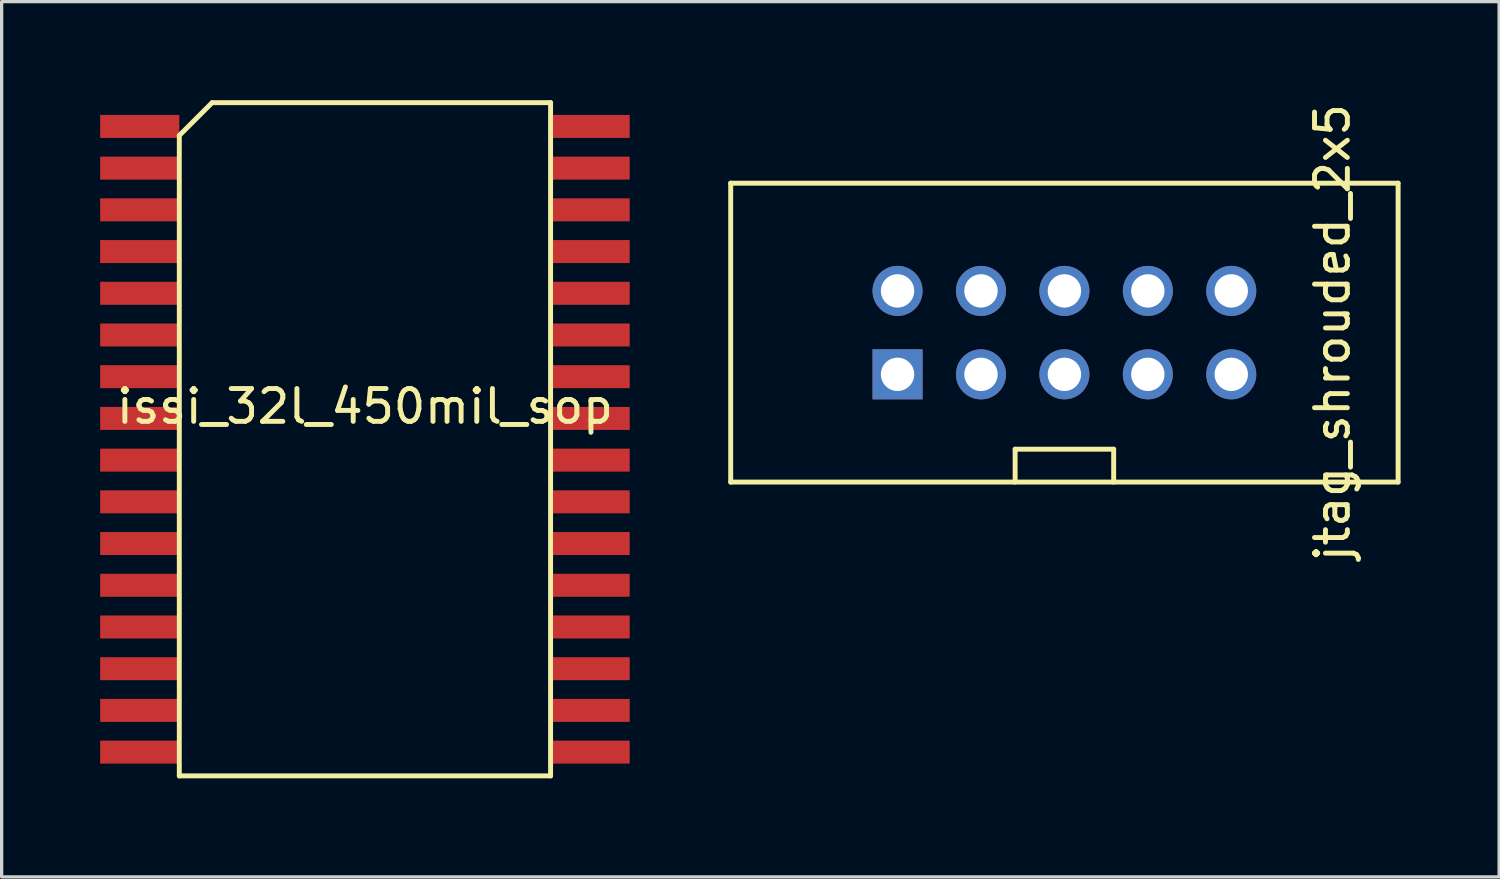
<source format=kicad_pcb>
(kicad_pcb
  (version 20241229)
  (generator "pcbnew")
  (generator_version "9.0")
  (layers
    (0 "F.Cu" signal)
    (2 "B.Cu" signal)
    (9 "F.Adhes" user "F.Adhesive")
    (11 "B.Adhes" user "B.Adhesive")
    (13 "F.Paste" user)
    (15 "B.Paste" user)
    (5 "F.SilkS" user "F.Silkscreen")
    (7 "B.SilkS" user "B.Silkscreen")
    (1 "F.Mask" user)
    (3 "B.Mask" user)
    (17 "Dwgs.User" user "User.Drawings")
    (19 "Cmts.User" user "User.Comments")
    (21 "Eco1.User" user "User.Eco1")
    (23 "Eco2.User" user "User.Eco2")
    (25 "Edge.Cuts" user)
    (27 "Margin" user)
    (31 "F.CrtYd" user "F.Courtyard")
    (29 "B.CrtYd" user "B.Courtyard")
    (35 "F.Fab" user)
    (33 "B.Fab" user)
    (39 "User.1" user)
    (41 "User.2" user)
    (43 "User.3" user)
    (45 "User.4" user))
  (footprint "issi_32l_450mil_sop"
    (layer "F.Cu")
    (at 8.061 10.324)
    (property "Reference" "issi_32l_450mil_sop" (at 0 -1 0) (layer "F.SilkS") (effects (font (size 1 1) (thickness 0.15))))
    (attr through_hole)
    (fp_line (start -5.652 -9.249) (end -5.652 10.249) (stroke (width 0.15) (type solid)) (layer "F.SilkS"))
    (fp_line (start -5.652 10.249) (end 5.652 10.249) (stroke (width 0.15) (type solid)) (layer "F.SilkS"))
    (fp_line (start -4.652 -10.249) (end -5.652 -9.249) (stroke (width 0.15) (type solid)) (layer "F.SilkS"))
    (fp_line (start 5.652 -10.249) (end -4.652 -10.249) (stroke (width 0.15) (type solid)) (layer "F.SilkS"))
    (fp_line (start 5.652 10.249) (end 5.652 -10.249) (stroke (width 0.15) (type solid)) (layer "F.SilkS"))
    (pad "1" smd rect (at -6.856 -9.525) (size 2.41 0.7) (layers "F.Cu" "F.Mask" "F.Paste"))
    (pad "2" smd rect (at -6.856 -8.255) (size 2.41 0.7) (layers "F.Cu" "F.Mask" "F.Paste"))
    (pad "3" smd rect (at -6.856 -6.985) (size 2.41 0.7) (layers "F.Cu" "F.Mask" "F.Paste"))
    (pad "4" smd rect (at -6.856 -5.715) (size 2.41 0.7) (layers "F.Cu" "F.Mask" "F.Paste"))
    (pad "5" smd rect (at -6.856 -4.445) (size 2.41 0.7) (layers "F.Cu" "F.Mask" "F.Paste"))
    (pad "6" smd rect (at -6.856 -3.175) (size 2.41 0.7) (layers "F.Cu" "F.Mask" "F.Paste"))
    (pad "7" smd rect (at -6.856 -1.905) (size 2.41 0.7) (layers "F.Cu" "F.Mask" "F.Paste"))
    (pad "8" smd rect (at -6.856 -0.635) (size 2.41 0.7) (layers "F.Cu" "F.Mask" "F.Paste"))
    (pad "9" smd rect (at -6.856 0.635) (size 2.41 0.7) (layers "F.Cu" "F.Mask" "F.Paste"))
    (pad "10" smd rect (at -6.856 1.905) (size 2.41 0.7) (layers "F.Cu" "F.Mask" "F.Paste"))
    (pad "11" smd rect (at -6.856 3.175) (size 2.41 0.7) (layers "F.Cu" "F.Mask" "F.Paste"))
    (pad "12" smd rect (at -6.856 4.445) (size 2.41 0.7) (layers "F.Cu" "F.Mask" "F.Paste"))
    (pad "13" smd rect (at -6.856 5.715) (size 2.41 0.7) (layers "F.Cu" "F.Mask" "F.Paste"))
    (pad "14" smd rect (at -6.856 6.985) (size 2.41 0.7) (layers "F.Cu" "F.Mask" "F.Paste"))
    (pad "15" smd rect (at -6.856 8.255) (size 2.41 0.7) (layers "F.Cu" "F.Mask" "F.Paste"))
    (pad "16" smd rect (at -6.856 9.525) (size 2.41 0.7) (layers "F.Cu" "F.Mask" "F.Paste"))
    (pad "17" smd rect (at 6.856 9.525) (size 2.41 0.7) (layers "F.Cu" "F.Mask" "F.Paste"))
    (pad "18" smd rect (at 6.856 8.255) (size 2.41 0.7) (layers "F.Cu" "F.Mask" "F.Paste"))
    (pad "19" smd rect (at 6.856 6.985) (size 2.41 0.7) (layers "F.Cu" "F.Mask" "F.Paste"))
    (pad "20" smd rect (at 6.856 5.715) (size 2.41 0.7) (layers "F.Cu" "F.Mask" "F.Paste"))
    (pad "21" smd rect (at 6.856 4.445) (size 2.41 0.7) (layers "F.Cu" "F.Mask" "F.Paste"))
    (pad "22" smd rect (at 6.856 3.175) (size 2.41 0.7) (layers "F.Cu" "F.Mask" "F.Paste"))
    (pad "23" smd rect (at 6.856 1.905) (size 2.41 0.7) (layers "F.Cu" "F.Mask" "F.Paste"))
    (pad "24" smd rect (at 6.856 0.635) (size 2.41 0.7) (layers "F.Cu" "F.Mask" "F.Paste"))
    (pad "25" smd rect (at 6.856 -0.635) (size 2.41 0.7) (layers "F.Cu" "F.Mask" "F.Paste"))
    (pad "26" smd rect (at 6.856 -1.905) (size 2.41 0.7) (layers "F.Cu" "F.Mask" "F.Paste"))
    (pad "27" smd rect (at 6.856 -3.175) (size 2.41 0.7) (layers "F.Cu" "F.Mask" "F.Paste"))
    (pad "28" smd rect (at 6.856 -4.445) (size 2.41 0.7) (layers "F.Cu" "F.Mask" "F.Paste"))
    (pad "29" smd rect (at 6.856 -5.715) (size 2.41 0.7) (layers "F.Cu" "F.Mask" "F.Paste"))
    (pad "30" smd rect (at 6.856 -6.985) (size 2.41 0.7) (layers "F.Cu" "F.Mask" "F.Paste"))
    (pad "31" smd rect (at 6.856 -8.255) (size 2.41 0.7) (layers "F.Cu" "F.Mask" "F.Paste"))
    (pad "32" smd rect (at 6.856 -9.525) (size 2.41 0.7) (layers "F.Cu" "F.Mask" "F.Paste")))
  (footprint "jtag_shrouded_2x5"
    (layer "F.Cu")
    (at 29.357 7.077)
    (property "Reference" "jtag_shrouded_2x5" (at 8.16 0 90) (layer "F.SilkS") (effects (font (size 1 1) (thickness 0.15))))
    (attr through_hole)
    (fp_line (start -10.16 -4.55) (end 10.16 -4.55) (stroke (width 0.15) (type solid)) (layer "F.SilkS"))
    (fp_line (start -10.16 4.55) (end -10.16 -4.55) (stroke (width 0.15) (type solid)) (layer "F.SilkS"))
    (fp_line (start -1.5 3.55) (end 1.5 3.55) (stroke (width 0.15) (type solid)) (layer "F.SilkS"))
    (fp_line (start -1.5 4.55) (end -1.5 3.55) (stroke (width 0.15) (type solid)) (layer "F.SilkS"))
    (fp_line (start 1.5 4.55) (end 1.5 3.55) (stroke (width 0.15) (type solid)) (layer "F.SilkS"))
    (fp_line (start 10.16 4.55) (end -10.16 4.55) (stroke (width 0.15) (type solid)) (layer "F.SilkS"))
    (fp_line (start 10.16 4.55) (end 10.16 -4.55) (stroke (width 0.15) (type solid)) (layer "F.SilkS"))
    (pad "1" thru_hole rect (at -5.08 1.27) (size 1.524 1.524) (drill 1.016) (layers "*.Cu" "*.Mask"))
    (pad "2" thru_hole circle (at -5.08 -1.27) (size 1.524 1.524) (drill 1.016) (layers "*.Cu" "*.Mask"))
    (pad "3" thru_hole circle (at -2.54 1.27) (size 1.524 1.524) (drill 1.016) (layers "*.Cu" "*.Mask"))
    (pad "4" thru_hole circle (at -2.54 -1.27) (size 1.524 1.524) (drill 1.016) (layers "*.Cu" "*.Mask"))
    (pad "5" thru_hole circle (at 0 1.27) (size 1.524 1.524) (drill 1.016) (layers "*.Cu" "*.Mask"))
    (pad "6" thru_hole circle (at 0 -1.27) (size 1.524 1.524) (drill 1.016) (layers "*.Cu" "*.Mask"))
    (pad "7" thru_hole circle (at 2.54 1.27) (size 1.524 1.524) (drill 1.016) (layers "*.Cu" "*.Mask"))
    (pad "8" thru_hole circle (at 2.54 -1.27) (size 1.524 1.524) (drill 1.016) (layers "*.Cu" "*.Mask"))
    (pad "9" thru_hole circle (at 5.08 1.27) (size 1.524 1.524) (drill 1.016) (layers "*.Cu" "*.Mask"))
    (pad "10" thru_hole circle (at 5.08 -1.27) (size 1.524 1.524) (drill 1.016) (layers "*.Cu" "*.Mask")))
  (gr_rect
    (start -3 -3)
    (end 42.592 23.648)
    (stroke (width 0.1) (type default))
    (fill no)
    (layer "Edge.Cuts")))
</source>
